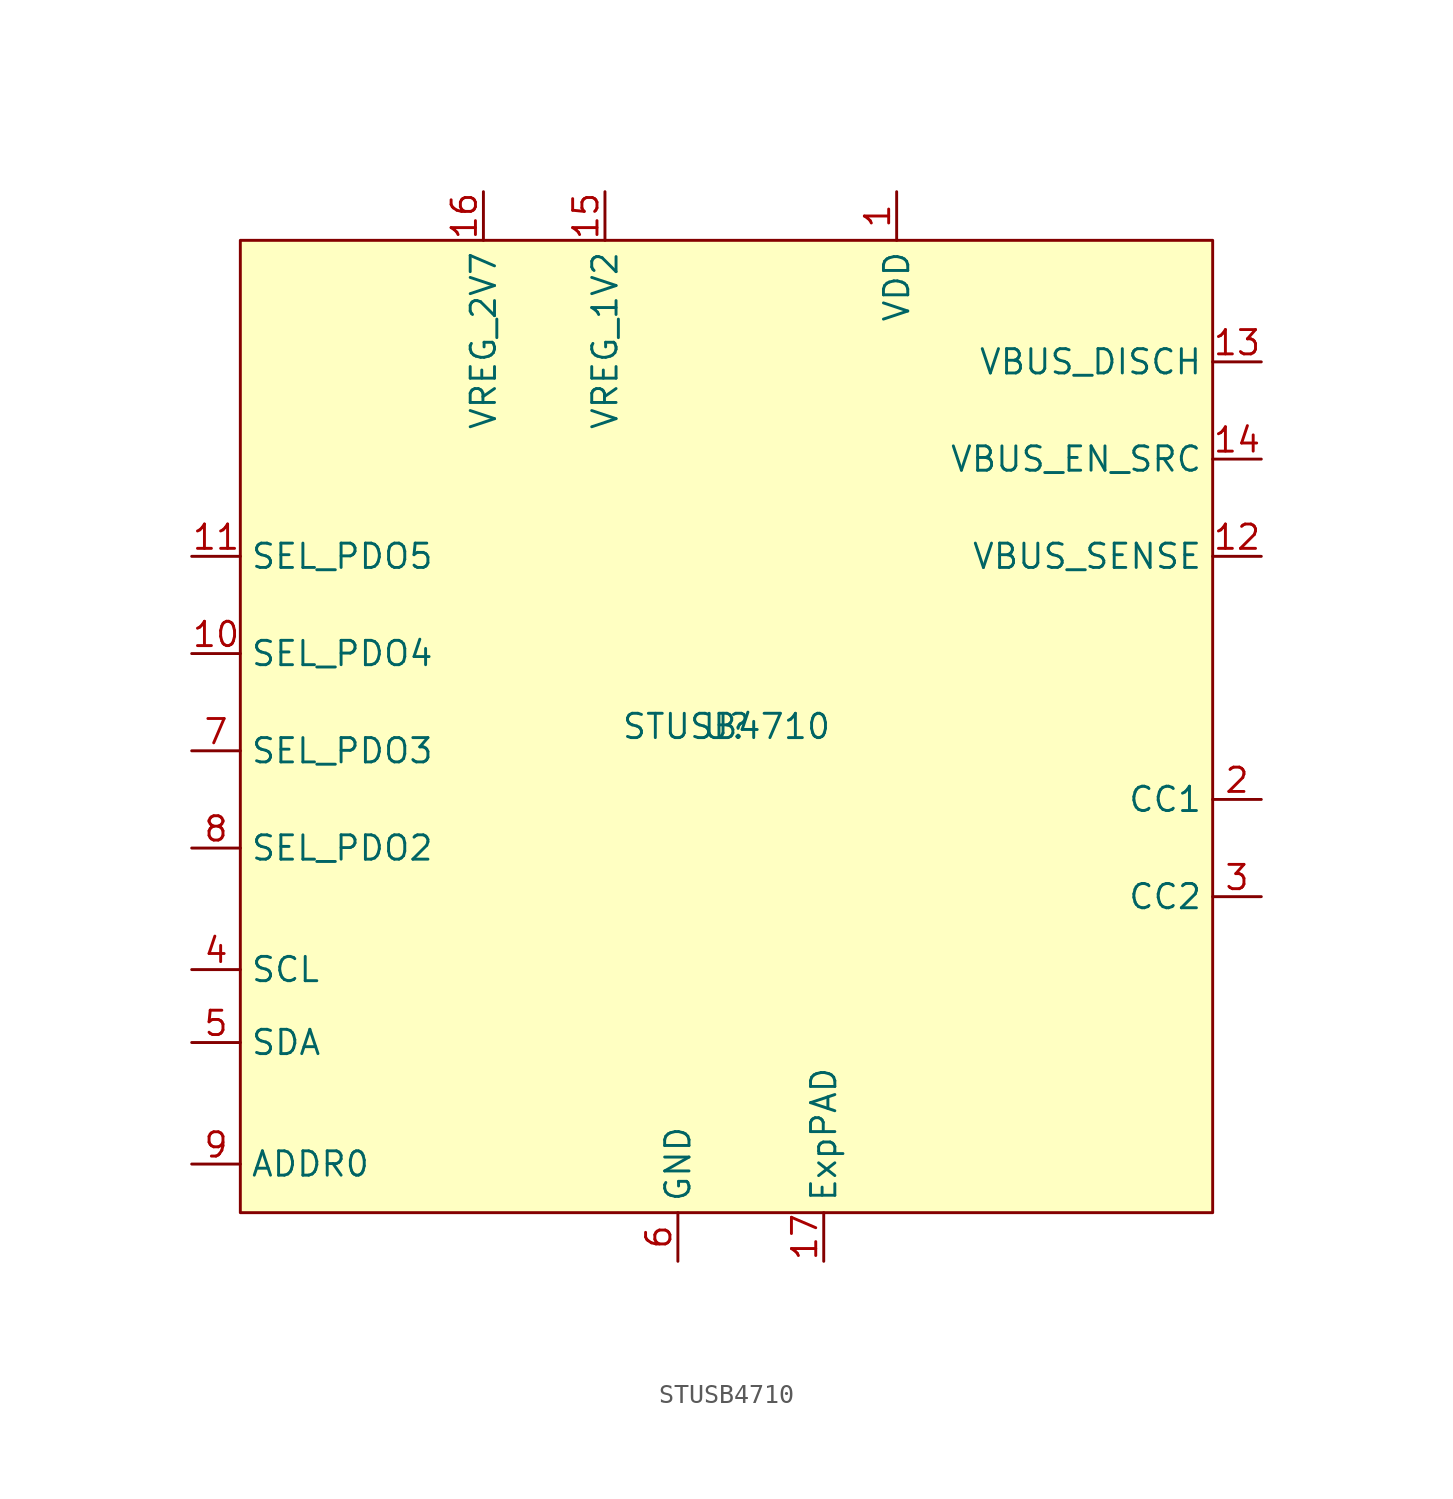
<source format=kicad_sym>
(kicad_symbol_lib
  (version 20241209)
  (generator "kicad_symbol_editor")
  (generator_version "9.0")
  (symbol "STUSB4710"
    (property "Reference" "U"
      (at 0 0 0)
      (effects (font (size 1.27 1.27))))
    (property "Value" "STUSB4710"
      (at 0 0 0)
      (effects (font (size 1.27 1.27))))
    (symbol "STUSB4710_1_1"
      (rectangle (start -25.4 25.4) (end 25.4 -25.4) (stroke (width 0) (type solid)) (fill (type background)))
      (pin passive line (at -27.94 8.89 0) (length 2.54) (name "SEL_PDO5" (effects (font (size 1.27 1.27)))) (number "11" (effects (font (size 1.27 1.27)))))
      (pin passive line (at -27.94 3.81 0) (length 2.54) (name "SEL_PDO4" (effects (font (size 1.27 1.27)))) (number "10" (effects (font (size 1.27 1.27)))))
      (pin passive line (at -27.94 -1.27 0) (length 2.54) (name "SEL_PDO3" (effects (font (size 1.27 1.27)))) (number "7" (effects (font (size 1.27 1.27)))))
      (pin passive line (at -27.94 -6.35 0) (length 2.54) (name "SEL_PDO2" (effects (font (size 1.27 1.27)))) (number "8" (effects (font (size 1.27 1.27)))))
      (pin passive line (at -27.94 -12.7 0) (length 2.54) (name "SCL" (effects (font (size 1.27 1.27)))) (number "4" (effects (font (size 1.27 1.27)))))
      (pin passive line (at -27.94 -16.51 0) (length 2.54) (name "SDA" (effects (font (size 1.27 1.27)))) (number "5" (effects (font (size 1.27 1.27)))))
      (pin passive line (at -27.94 -22.86 0) (length 2.54) (name "ADDR0" (effects (font (size 1.27 1.27)))) (number "9" (effects (font (size 1.27 1.27)))))
      (pin passive line (at -12.7 27.94 270) (length 2.54) (name "VREG_2V7" (effects (font (size 1.27 1.27)))) (number "16" (effects (font (size 1.27 1.27)))))
      (pin passive line (at -6.35 27.94 270) (length 2.54) (name "VREG_1V2" (effects (font (size 1.27 1.27)))) (number "15" (effects (font (size 1.27 1.27)))))
      (pin passive line (at -2.54 -27.94 90) (length 2.54) (name "GND" (effects (font (size 1.27 1.27)))) (number "6" (effects (font (size 1.27 1.27)))))
      (pin passive line (at 5.08 -27.94 90) (length 2.54) (name "ExpPAD" (effects (font (size 1.27 1.27)))) (number "17" (effects (font (size 1.27 1.27)))))
      (pin passive line (at 8.89 27.94 270) (length 2.54) (name "VDD" (effects (font (size 1.27 1.27)))) (number "1" (effects (font (size 1.27 1.27)))))
      (pin passive line (at 27.94 19.05 180) (length 2.54) (name "VBUS_DISCH" (effects (font (size 1.27 1.27)))) (number "13" (effects (font (size 1.27 1.27)))))
      (pin passive line (at 27.94 13.97 180) (length 2.54) (name "VBUS_EN_SRC" (effects (font (size 1.27 1.27)))) (number "14" (effects (font (size 1.27 1.27)))))
      (pin passive line (at 27.94 8.89 180) (length 2.54) (name "VBUS_SENSE" (effects (font (size 1.27 1.27)))) (number "12" (effects (font (size 1.27 1.27)))))
      (pin passive line (at 27.94 -3.81 180) (length 2.54) (name "CC1" (effects (font (size 1.27 1.27)))) (number "2" (effects (font (size 1.27 1.27)))))
      (pin passive line (at 27.94 -8.89 180) (length 2.54) (name "CC2" (effects (font (size 1.27 1.27)))) (number "3" (effects (font (size 1.27 1.27))))))))
</source>
